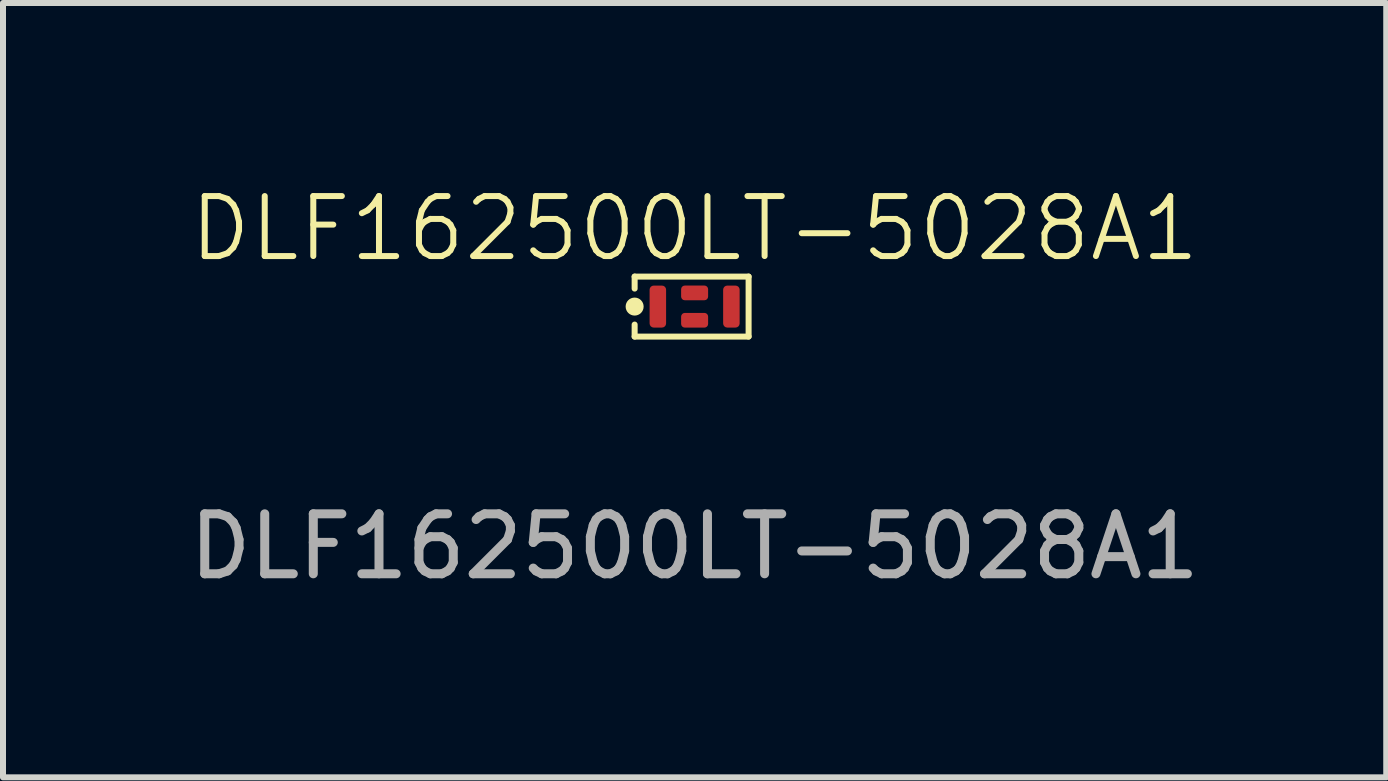
<source format=kicad_pcb>
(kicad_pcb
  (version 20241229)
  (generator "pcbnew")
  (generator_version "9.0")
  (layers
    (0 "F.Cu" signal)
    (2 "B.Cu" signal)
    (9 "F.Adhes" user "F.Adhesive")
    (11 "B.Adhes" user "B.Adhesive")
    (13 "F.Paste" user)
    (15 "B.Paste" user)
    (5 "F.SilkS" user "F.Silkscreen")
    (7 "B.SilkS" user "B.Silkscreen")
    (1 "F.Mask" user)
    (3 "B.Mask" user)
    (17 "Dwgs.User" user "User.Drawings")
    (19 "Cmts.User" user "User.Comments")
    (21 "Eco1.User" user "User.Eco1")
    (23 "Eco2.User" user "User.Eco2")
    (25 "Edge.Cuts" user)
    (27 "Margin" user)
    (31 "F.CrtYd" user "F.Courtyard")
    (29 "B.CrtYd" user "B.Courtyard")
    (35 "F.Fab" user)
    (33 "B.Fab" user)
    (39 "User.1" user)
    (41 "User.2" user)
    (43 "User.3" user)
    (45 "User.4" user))
  (footprint "DLF162500LT-5028A1"
    (layer "F.Cu")
    (at 8.53 2.061)
    (property "Reference" "DLF162500LT-5028A1" (at 0 -1.3 0) (unlocked yes) (layer "F.SilkS") (effects (font (size 1 1) (thickness 0.1))))
    (attr smd)
    (fp_line (start -1 -0.5) (end 0.9 -0.5) (stroke (width 0.1) (type default)) (layer "F.SilkS"))
    (fp_line (start -1 -0.3) (end -1 -0.5) (stroke (width 0.1) (type default)) (layer "F.SilkS"))
    (fp_line (start -1 0.5) (end -1 0.3) (stroke (width 0.1) (type default)) (layer "F.SilkS"))
    (fp_line (start 0.9 -0.5) (end 0.9 0.5) (stroke (width 0.1) (type default)) (layer "F.SilkS"))
    (fp_line (start 0.9 0.5) (end -1 0.5) (stroke (width 0.1) (type default)) (layer "F.SilkS"))
    (fp_circle (center -1 0) (end -0.9 0) (stroke (width 0.1) (type solid)) (fill yes) (layer "F.SilkS"))
    (fp_text user "${REFERENCE}" (at 0 4 0) (unlocked yes) (layer "F.Fab") (effects (font (size 1 1) (thickness 0.15))))
    (pad "1" smd roundrect (at -0.613 0) (size 0.275 0.7) (layers "F.Cu" "F.Mask" "F.Paste") (roundrect_rratio 0.25))
    (pad "2" smd roundrect (at 0 -0.228 90) (size 0.245 0.45) (layers "F.Cu" "F.Mask" "F.Paste") (roundrect_rratio 0.25))
    (pad "3" smd roundrect (at 0 0.228 90) (size 0.245 0.45) (layers "F.Cu" "F.Mask" "F.Paste") (roundrect_rratio 0.25))
    (pad "4" smd roundrect (at 0.613 0 180) (size 0.275 0.7) (layers "F.Cu" "F.Mask" "F.Paste") (roundrect_rratio 0.25)))
  (gr_rect
    (start -3 -3)
    (end 20.06 9.909)
    (stroke (width 0.1) (type default))
    (fill no)
    (layer "Edge.Cuts")))
</source>
